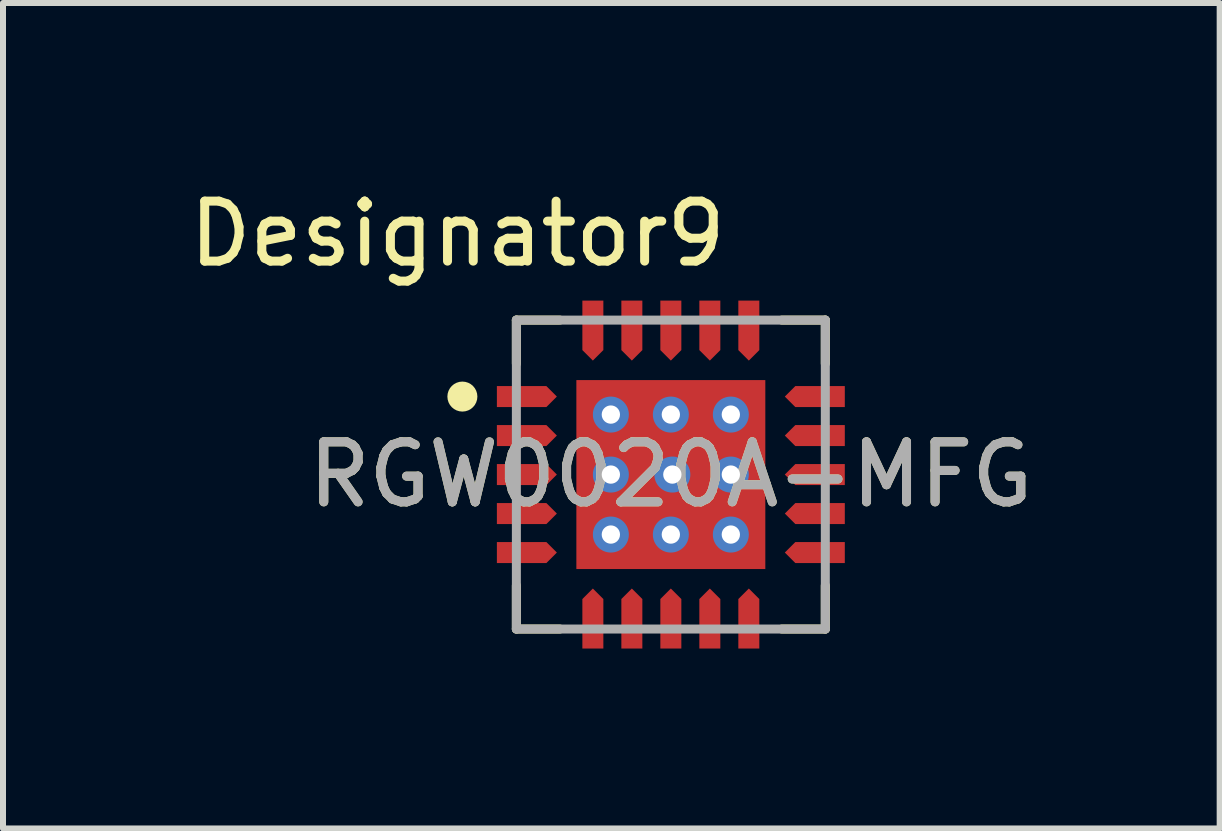
<source format=kicad_pcb>
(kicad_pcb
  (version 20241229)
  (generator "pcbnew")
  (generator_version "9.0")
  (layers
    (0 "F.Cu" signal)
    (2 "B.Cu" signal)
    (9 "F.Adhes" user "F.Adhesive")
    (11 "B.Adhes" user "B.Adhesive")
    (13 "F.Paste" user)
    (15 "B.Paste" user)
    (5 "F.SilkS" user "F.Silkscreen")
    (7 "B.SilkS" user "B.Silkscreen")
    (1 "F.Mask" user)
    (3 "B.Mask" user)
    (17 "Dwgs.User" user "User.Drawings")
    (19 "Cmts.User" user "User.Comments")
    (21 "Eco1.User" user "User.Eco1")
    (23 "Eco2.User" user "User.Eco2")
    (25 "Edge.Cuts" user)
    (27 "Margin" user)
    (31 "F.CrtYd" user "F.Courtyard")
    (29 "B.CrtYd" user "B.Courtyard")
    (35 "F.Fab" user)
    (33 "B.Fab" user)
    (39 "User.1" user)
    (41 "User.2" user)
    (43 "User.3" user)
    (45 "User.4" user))
  (footprint "RGW0020A-MFG"
    (layer "F.Cu")
    (at 8.133 4.861)
    (property "Reference" "RGW0020A-MFG" (at 0 0 0) (unlocked yes) (layer "F.SilkS") (effects (font (size 1 1) (thickness 0.15))))
    (attr smd)
    (fp_poly (pts (xy -2.9 -1.475) (xy -2.075 -1.475) (xy -1.9 -1.3) (xy -2.075 -1.125) (xy -2.9 -1.125)) (stroke (width 0) (type solid)) (fill yes) (layer "F.Cu"))
    (fp_poly (pts (xy -2.9 -0.825) (xy -2.075 -0.825) (xy -1.9 -0.65) (xy -2.075 -0.475) (xy -2.9 -0.475)) (stroke (width 0) (type solid)) (fill yes) (layer "F.Cu"))
    (fp_poly (pts (xy -2.9 -0.175) (xy -2.075 -0.175) (xy -1.9 0) (xy -2.075 0.175) (xy -2.9 0.175)) (stroke (width 0) (type solid)) (fill yes) (layer "F.Cu"))
    (fp_poly (pts (xy -2.9 0.475) (xy -2.075 0.475) (xy -1.9 0.65) (xy -2.075 0.825) (xy -2.9 0.825)) (stroke (width 0) (type solid)) (fill yes) (layer "F.Cu"))
    (fp_poly (pts (xy -2.9 1.125) (xy -2.075 1.125) (xy -1.9 1.3) (xy -2.075 1.475) (xy -2.9 1.475)) (stroke (width 0) (type solid)) (fill yes) (layer "F.Cu"))
    (fp_poly (pts (xy -1.475 2.9) (xy -1.475 2.075) (xy -1.3 1.9) (xy -1.125 2.075) (xy -1.125 2.9)) (stroke (width 0) (type solid)) (fill yes) (layer "F.Cu"))
    (fp_poly (pts (xy -1.125 -2.9) (xy -1.125 -2.075) (xy -1.3 -1.9) (xy -1.475 -2.075) (xy -1.475 -2.9)) (stroke (width 0) (type solid)) (fill yes) (layer "F.Cu"))
    (fp_poly (pts (xy -0.825 2.9) (xy -0.825 2.075) (xy -0.65 1.9) (xy -0.475 2.075) (xy -0.475 2.9)) (stroke (width 0) (type solid)) (fill yes) (layer "F.Cu"))
    (fp_poly (pts (xy -0.475 -2.9) (xy -0.475 -2.075) (xy -0.65 -1.9) (xy -0.825 -2.075) (xy -0.825 -2.9)) (stroke (width 0) (type solid)) (fill yes) (layer "F.Cu"))
    (fp_poly (pts (xy -0.175 2.9) (xy -0.175 2.075) (xy 0 1.9) (xy 0.175 2.075) (xy 0.175 2.9)) (stroke (width 0) (type solid)) (fill yes) (layer "F.Cu"))
    (fp_poly (pts (xy 0.175 -2.9) (xy 0.175 -2.075) (xy 0 -1.9) (xy -0.175 -2.075) (xy -0.175 -2.9)) (stroke (width 0) (type solid)) (fill yes) (layer "F.Cu"))
    (fp_poly (pts (xy 0.475 2.9) (xy 0.475 2.075) (xy 0.65 1.9) (xy 0.825 2.075) (xy 0.825 2.9)) (stroke (width 0) (type solid)) (fill yes) (layer "F.Cu"))
    (fp_poly (pts (xy 0.825 -2.9) (xy 0.825 -2.075) (xy 0.65 -1.9) (xy 0.475 -2.075) (xy 0.475 -2.9)) (stroke (width 0) (type solid)) (fill yes) (layer "F.Cu"))
    (fp_poly (pts (xy 1.125 2.9) (xy 1.125 2.075) (xy 1.3 1.9) (xy 1.475 2.075) (xy 1.475 2.9)) (stroke (width 0) (type solid)) (fill yes) (layer "F.Cu"))
    (fp_poly (pts (xy 1.475 -2.9) (xy 1.475 -2.075) (xy 1.3 -1.9) (xy 1.125 -2.075) (xy 1.125 -2.9)) (stroke (width 0) (type solid)) (fill yes) (layer "F.Cu"))
    (fp_poly (pts (xy 2.9 -1.125) (xy 2.075 -1.125) (xy 1.9 -1.3) (xy 2.075 -1.475) (xy 2.9 -1.475)) (stroke (width 0) (type solid)) (fill yes) (layer "F.Cu"))
    (fp_poly (pts (xy 2.9 -0.475) (xy 2.075 -0.475) (xy 1.9 -0.65) (xy 2.075 -0.825) (xy 2.9 -0.825)) (stroke (width 0) (type solid)) (fill yes) (layer "F.Cu"))
    (fp_poly (pts (xy 2.9 0.175) (xy 2.075 0.175) (xy 1.9 0) (xy 2.075 -0.175) (xy 2.9 -0.175)) (stroke (width 0) (type solid)) (fill yes) (layer "F.Cu"))
    (fp_poly (pts (xy 2.9 0.825) (xy 2.075 0.825) (xy 1.9 0.65) (xy 2.075 0.475) (xy 2.9 0.475)) (stroke (width 0) (type solid)) (fill yes) (layer "F.Cu"))
    (fp_poly (pts (xy 2.9 1.475) (xy 2.075 1.475) (xy 1.9 1.3) (xy 2.075 1.125) (xy 2.9 1.125)) (stroke (width 0) (type solid)) (fill yes) (layer "F.Cu"))
    (fp_poly (pts (xy -2.9 -1.475) (xy -2.075 -1.475) (xy -1.9 -1.3) (xy -2.075 -1.125) (xy -2.9 -1.125)) (stroke (width 0) (type solid)) (fill yes) (layer "F.Mask"))
    (fp_poly (pts (xy -2.9 -0.825) (xy -2.075 -0.825) (xy -1.9 -0.65) (xy -2.075 -0.475) (xy -2.9 -0.475)) (stroke (width 0) (type solid)) (fill yes) (layer "F.Mask"))
    (fp_poly (pts (xy -2.9 -0.175) (xy -2.075 -0.175) (xy -1.9 0) (xy -2.075 0.175) (xy -2.9 0.175)) (stroke (width 0) (type solid)) (fill yes) (layer "F.Mask"))
    (fp_poly (pts (xy -2.9 0.475) (xy -2.075 0.475) (xy -1.9 0.65) (xy -2.075 0.825) (xy -2.9 0.825)) (stroke (width 0) (type solid)) (fill yes) (layer "F.Mask"))
    (fp_poly (pts (xy -2.9 1.125) (xy -2.075 1.125) (xy -1.9 1.3) (xy -2.075 1.475) (xy -2.9 1.475)) (stroke (width 0) (type solid)) (fill yes) (layer "F.Mask"))
    (fp_poly (pts (xy -1.475 2.9) (xy -1.475 2.075) (xy -1.3 1.9) (xy -1.125 2.075) (xy -1.125 2.9)) (stroke (width 0) (type solid)) (fill yes) (layer "F.Mask"))
    (fp_poly (pts (xy -1.125 -2.9) (xy -1.125 -2.075) (xy -1.3 -1.9) (xy -1.475 -2.075) (xy -1.475 -2.9)) (stroke (width 0) (type solid)) (fill yes) (layer "F.Mask"))
    (fp_poly (pts (xy -0.825 2.9) (xy -0.825 2.075) (xy -0.65 1.9) (xy -0.475 2.075) (xy -0.475 2.9)) (stroke (width 0) (type solid)) (fill yes) (layer "F.Mask"))
    (fp_poly (pts (xy -0.475 -2.9) (xy -0.475 -2.075) (xy -0.65 -1.9) (xy -0.825 -2.075) (xy -0.825 -2.9)) (stroke (width 0) (type solid)) (fill yes) (layer "F.Mask"))
    (fp_poly (pts (xy -0.175 2.9) (xy -0.175 2.075) (xy 0 1.9) (xy 0.175 2.075) (xy 0.175 2.9)) (stroke (width 0) (type solid)) (fill yes) (layer "F.Mask"))
    (fp_poly (pts (xy 0.175 -2.9) (xy 0.175 -2.075) (xy 0 -1.9) (xy -0.175 -2.075) (xy -0.175 -2.9)) (stroke (width 0) (type solid)) (fill yes) (layer "F.Mask"))
    (fp_poly (pts (xy 0.475 2.9) (xy 0.475 2.075) (xy 0.65 1.9) (xy 0.825 2.075) (xy 0.825 2.9)) (stroke (width 0) (type solid)) (fill yes) (layer "F.Mask"))
    (fp_poly (pts (xy 0.825 -2.9) (xy 0.825 -2.075) (xy 0.65 -1.9) (xy 0.475 -2.075) (xy 0.475 -2.9)) (stroke (width 0) (type solid)) (fill yes) (layer "F.Mask"))
    (fp_poly (pts (xy 1.125 2.9) (xy 1.125 2.075) (xy 1.3 1.9) (xy 1.475 2.075) (xy 1.475 2.9)) (stroke (width 0) (type solid)) (fill yes) (layer "F.Mask"))
    (fp_poly (pts (xy 1.475 -2.9) (xy 1.475 -2.075) (xy 1.3 -1.9) (xy 1.125 -2.075) (xy 1.125 -2.9)) (stroke (width 0) (type solid)) (fill yes) (layer "F.Mask"))
    (fp_poly (pts (xy 2.9 -1.125) (xy 2.075 -1.125) (xy 1.9 -1.3) (xy 2.075 -1.475) (xy 2.9 -1.475)) (stroke (width 0) (type solid)) (fill yes) (layer "F.Mask"))
    (fp_poly (pts (xy 2.9 -0.475) (xy 2.075 -0.475) (xy 1.9 -0.65) (xy 2.075 -0.825) (xy 2.9 -0.825)) (stroke (width 0) (type solid)) (fill yes) (layer "F.Mask"))
    (fp_poly (pts (xy 2.9 0.175) (xy 2.075 0.175) (xy 1.9 0) (xy 2.075 -0.175) (xy 2.9 -0.175)) (stroke (width 0) (type solid)) (fill yes) (layer "F.Mask"))
    (fp_poly (pts (xy 2.9 0.825) (xy 2.075 0.825) (xy 1.9 0.65) (xy 2.075 0.475) (xy 2.9 0.475)) (stroke (width 0) (type solid)) (fill yes) (layer "F.Mask"))
    (fp_poly (pts (xy 2.9 1.475) (xy 2.075 1.475) (xy 1.9 1.3) (xy 2.075 1.125) (xy 2.9 1.125)) (stroke (width 0) (type solid)) (fill yes) (layer "F.Mask"))
    (fp_line (start -2.575 -2.575) (end -1.85 -2.575) (stroke (width 0.15) (type solid)) (layer "F.SilkS"))
    (fp_line (start -2.575 -1.85) (end -2.575 -2.575) (stroke (width 0.15) (type solid)) (layer "F.SilkS"))
    (fp_line (start -2.575 2.575) (end -2.575 1.85) (stroke (width 0.15) (type solid)) (layer "F.SilkS"))
    (fp_line (start -2.575 2.575) (end -1.85 2.575) (stroke (width 0.15) (type solid)) (layer "F.SilkS"))
    (fp_line (start 1.85 -2.575) (end 2.575 -2.575) (stroke (width 0.15) (type solid)) (layer "F.SilkS"))
    (fp_line (start 1.85 2.575) (end 2.575 2.575) (stroke (width 0.15) (type solid)) (layer "F.SilkS"))
    (fp_line (start 2.575 -1.85) (end 2.575 -2.575) (stroke (width 0.15) (type solid)) (layer "F.SilkS"))
    (fp_line (start 2.575 2.575) (end 2.575 1.85) (stroke (width 0.15) (type solid)) (layer "F.SilkS"))
    (fp_circle (center -3.475 -1.3) (end -3.35 -1.3) (stroke (width 0.25) (type solid)) (fill no) (layer "F.SilkS"))
    (fp_poly (pts (xy -2.875 -1.45) (xy -2.075 -1.45) (xy -1.925 -1.3) (xy -2.075 -1.15) (xy -2.875 -1.15)) (stroke (width 0) (type solid)) (fill yes) (layer "F.Paste"))
    (fp_poly (pts (xy -2.875 -0.8) (xy -2.075 -0.8) (xy -1.925 -0.65) (xy -2.075 -0.5) (xy -2.875 -0.5)) (stroke (width 0) (type solid)) (fill yes) (layer "F.Paste"))
    (fp_poly (pts (xy -2.875 -0.15) (xy -2.075 -0.15) (xy -1.925 0) (xy -2.075 0.15) (xy -2.875 0.15)) (stroke (width 0) (type solid)) (fill yes) (layer "F.Paste"))
    (fp_poly (pts (xy -2.875 0.5) (xy -2.075 0.5) (xy -1.925 0.65) (xy -2.075 0.8) (xy -2.875 0.8)) (stroke (width 0) (type solid)) (fill yes) (layer "F.Paste"))
    (fp_poly (pts (xy -2.875 1.15) (xy -2.075 1.15) (xy -1.925 1.3) (xy -2.075 1.45) (xy -2.875 1.45)) (stroke (width 0) (type solid)) (fill yes) (layer "F.Paste"))
    (fp_poly (pts (xy -1.45 2.875) (xy -1.45 2.075) (xy -1.3 1.925) (xy -1.15 2.075) (xy -1.15 2.875)) (stroke (width 0) (type solid)) (fill yes) (layer "F.Paste"))
    (fp_poly (pts (xy -1.15 -2.875) (xy -1.15 -2.075) (xy -1.3 -1.925) (xy -1.45 -2.075) (xy -1.45 -2.875)) (stroke (width 0) (type solid)) (fill yes) (layer "F.Paste"))
    (fp_poly (pts (xy -0.8 2.875) (xy -0.8 2.075) (xy -0.65 1.925) (xy -0.5 2.075) (xy -0.5 2.875)) (stroke (width 0) (type solid)) (fill yes) (layer "F.Paste"))
    (fp_poly (pts (xy -0.5 -2.875) (xy -0.5 -2.075) (xy -0.65 -1.925) (xy -0.8 -2.075) (xy -0.8 -2.875)) (stroke (width 0) (type solid)) (fill yes) (layer "F.Paste"))
    (fp_poly (pts (xy -0.15 2.875) (xy -0.15 2.075) (xy 0 1.925) (xy 0.15 2.075) (xy 0.15 2.875)) (stroke (width 0) (type solid)) (fill yes) (layer "F.Paste"))
    (fp_poly (pts (xy 0.15 -2.875) (xy 0.15 -2.075) (xy 0 -1.925) (xy -0.15 -2.075) (xy -0.15 -2.875)) (stroke (width 0) (type solid)) (fill yes) (layer "F.Paste"))
    (fp_poly (pts (xy 0.5 2.875) (xy 0.5 2.075) (xy 0.65 1.925) (xy 0.8 2.075) (xy 0.8 2.875)) (stroke (width 0) (type solid)) (fill yes) (layer "F.Paste"))
    (fp_poly (pts (xy 0.8 -2.875) (xy 0.8 -2.075) (xy 0.65 -1.925) (xy 0.5 -2.075) (xy 0.5 -2.875)) (stroke (width 0) (type solid)) (fill yes) (layer "F.Paste"))
    (fp_poly (pts (xy 1.15 2.875) (xy 1.15 2.075) (xy 1.3 1.925) (xy 1.45 2.075) (xy 1.45 2.875)) (stroke (width 0) (type solid)) (fill yes) (layer "F.Paste"))
    (fp_poly (pts (xy 1.45 -2.875) (xy 1.45 -2.075) (xy 1.3 -1.925) (xy 1.15 -2.075) (xy 1.15 -2.875)) (stroke (width 0) (type solid)) (fill yes) (layer "F.Paste"))
    (fp_poly (pts (xy 2.875 -1.15) (xy 2.075 -1.15) (xy 1.925 -1.3) (xy 2.075 -1.45) (xy 2.875 -1.45)) (stroke (width 0) (type solid)) (fill yes) (layer "F.Paste"))
    (fp_poly (pts (xy 2.875 -0.5) (xy 2.075 -0.5) (xy 1.925 -0.65) (xy 2.075 -0.8) (xy 2.875 -0.8)) (stroke (width 0) (type solid)) (fill yes) (layer "F.Paste"))
    (fp_poly (pts (xy 2.875 0.15) (xy 2.075 0.15) (xy 1.925 0) (xy 2.075 -0.15) (xy 2.875 -0.15)) (stroke (width 0) (type solid)) (fill yes) (layer "F.Paste"))
    (fp_poly (pts (xy 2.875 0.8) (xy 2.075 0.8) (xy 1.925 0.65) (xy 2.075 0.5) (xy 2.875 0.5)) (stroke (width 0) (type solid)) (fill yes) (layer "F.Paste"))
    (fp_poly (pts (xy 2.875 1.45) (xy 2.075 1.45) (xy 1.925 1.3) (xy 2.075 1.15) (xy 2.875 1.15)) (stroke (width 0) (type solid)) (fill yes) (layer "F.Paste"))
    (fp_poly (pts (xy -1.45 1.4) (xy -1.45 0.2) (xy -1.4 0.15) (xy -0.2 0.15) (xy -0.15 0.2) (xy -0.15 1.4) (xy -0.2 1.45) (xy -1.4 1.45)) (stroke (width 0) (type solid)) (fill yes) (layer "F.Paste"))
    (fp_poly (pts (xy -0.2 -1.45) (xy -0.15 -1.4) (xy -0.15 -0.2) (xy -0.2 -0.15) (xy -1.4 -0.15) (xy -1.45 -0.2) (xy -1.45 -1.4) (xy -1.4 -1.45)) (stroke (width 0) (type solid)) (fill yes) (layer "F.Paste"))
    (fp_poly (pts (xy 0.15 -0.2) (xy 0.15 -1.4) (xy 0.2 -1.45) (xy 1.4 -1.45) (xy 1.45 -1.4) (xy 1.45 -0.2) (xy 1.4 -0.15) (xy 0.2 -0.15)) (stroke (width 0) (type solid)) (fill yes) (layer "F.Paste"))
    (fp_poly (pts (xy 1.4 0.15) (xy 1.45 0.2) (xy 1.45 1.4) (xy 1.4 1.45) (xy 0.2 1.45) (xy 0.15 1.4) (xy 0.15 0.2) (xy 0.2 0.15)) (stroke (width 0) (type solid)) (fill yes) (layer "F.Paste"))
    (fp_line (start -2.575 -2.575) (end 2.575 -2.575) (stroke (width 0.15) (type solid)) (layer "F.Fab"))
    (fp_line (start -2.575 2.575) (end -2.575 -2.575) (stroke (width 0.15) (type solid)) (layer "F.Fab"))
    (fp_line (start -2.575 2.575) (end 2.575 2.575) (stroke (width 0.15) (type solid)) (layer "F.Fab"))
    (fp_line (start 2.575 2.575) (end 2.575 -2.575) (stroke (width 0.15) (type solid)) (layer "F.Fab"))
    (fp_text user "Designator9" (at -3.556 -4.013 0) (unlocked yes) (layer "F.SilkS") (effects (font (size 1 1) (thickness 0.15))))
    (fp_text user "${REFERENCE}" (at 0 0 0) (unlocked yes) (layer "F.Fab") (effects (font (size 1 1) (thickness 0.15))))
    (pad "1" smd circle (at -2.418 -1.3) (size 0.315 0.315) (layers "F.Cu" "F.Mask"))
    (pad "2" smd circle (at -2.4 -0.65) (size 0.315 0.315) (layers "F.Cu" "F.Mask"))
    (pad "3" smd circle (at -2.418 0) (size 0.315 0.315) (layers "F.Cu" "F.Mask"))
    (pad "4" smd circle (at -2.4 0.65) (size 0.315 0.315) (layers "F.Cu" "F.Mask"))
    (pad "5" smd circle (at -2.4 1.3) (size 0.315 0.315) (layers "F.Cu" "F.Mask"))
    (pad "6" smd circle (at -1.3 2.418) (size 0.315 0.315) (layers "F.Cu" "F.Mask"))
    (pad "7" smd circle (at -0.65 2.4) (size 0.315 0.315) (layers "F.Cu" "F.Mask"))
    (pad "8" smd circle (at 0 2.418) (size 0.315 0.315) (layers "F.Cu" "F.Mask"))
    (pad "9" smd circle (at 0.65 2.4) (size 0.315 0.315) (layers "F.Cu" "F.Mask"))
    (pad "10" smd circle (at 1.3 2.4) (size 0.315 0.315) (layers "F.Cu" "F.Mask"))
    (pad "11" smd circle (at 2.418 1.3) (size 0.315 0.315) (layers "F.Cu" "F.Mask"))
    (pad "12" smd circle (at 2.4 0.65) (size 0.315 0.315) (layers "F.Cu" "F.Mask"))
    (pad "13" smd circle (at 2.418 0) (size 0.315 0.315) (layers "F.Cu" "F.Mask"))
    (pad "14" smd circle (at 2.4 -0.65) (size 0.315 0.315) (layers "F.Cu" "F.Mask"))
    (pad "15" smd circle (at 2.4 -1.3) (size 0.315 0.315) (layers "F.Cu" "F.Mask"))
    (pad "16" smd circle (at 1.3 -2.418) (size 0.315 0.315) (layers "F.Cu" "F.Mask"))
    (pad "17" smd circle (at 0.65 -2.4) (size 0.315 0.315) (layers "F.Cu" "F.Mask"))
    (pad "18" smd circle (at 0 -2.418) (size 0.315 0.315) (layers "F.Cu" "F.Mask"))
    (pad "19" smd circle (at -0.65 -2.4) (size 0.315 0.315) (layers "F.Cu" "F.Mask"))
    (pad "20" smd circle (at -1.3 -2.4) (size 0.315 0.315) (layers "F.Cu" "F.Mask"))
    (pad "21" smd rect (at 0 0) (size 3.15 3.15) (layers "F.Cu" "F.Mask"))
    (pad "22" thru_hole circle (at 1 -1) (size 0.6 0.6) (drill 0.305) (layers "*.Cu" "*.Mask"))
    (pad "23" thru_hole circle (at 0 -1) (size 0.6 0.6) (drill 0.305) (layers "*.Cu" "*.Mask"))
    (pad "24" thru_hole circle (at -1 -1) (size 0.6 0.6) (drill 0.305) (layers "*.Cu" "*.Mask"))
    (pad "25" thru_hole circle (at 1 0) (size 0.6 0.6) (drill 0.305) (layers "*.Cu" "*.Mask"))
    (pad "26" thru_hole circle (at 0.025 0) (size 0.6 0.6) (drill 0.305) (layers "*.Cu" "*.Mask"))
    (pad "27" thru_hole circle (at -1 0) (size 0.6 0.6) (drill 0.305) (layers "*.Cu" "*.Mask"))
    (pad "28" thru_hole circle (at 1 1) (size 0.6 0.6) (drill 0.305) (layers "*.Cu" "*.Mask"))
    (pad "29" thru_hole circle (at 0 1) (size 0.6 0.6) (drill 0.305) (layers "*.Cu" "*.Mask"))
    (pad "30" thru_hole circle (at -1 1) (size 0.6 0.6) (drill 0.305) (layers "*.Cu" "*.Mask")))
  (gr_rect
    (start -3 -3)
    (end 17.282 10.761)
    (stroke (width 0.1) (type default))
    (fill no)
    (layer "Edge.Cuts")))
</source>
